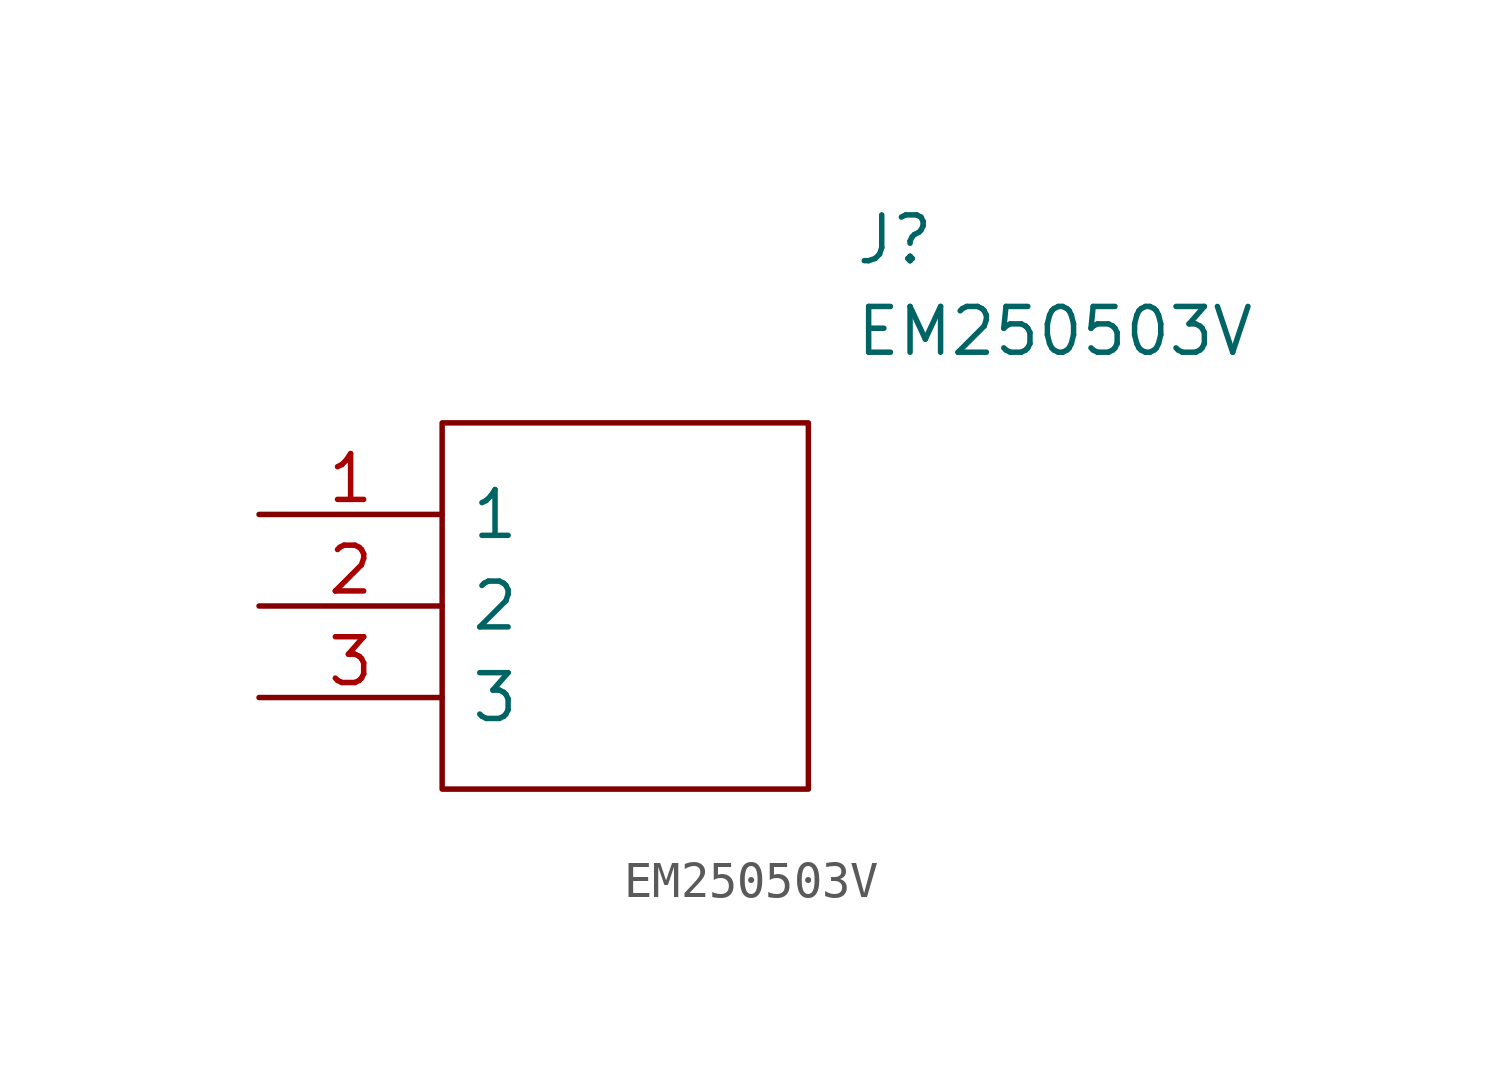
<source format=kicad_sym>
(kicad_symbol_lib
  (version 20211014)
  (generator kicad_symbol_editor)
  (symbol "EM250503V"
    (pin_names
      (offset 0.762))
    (property "Reference" "J"
      (at 16.51 7.62 0)
      (effects (font (size 1.27 1.27)) (justify left)))
    (property "Value" "EM250503V"
      (at 16.51 5.08 0)
      (effects (font (size 1.27 1.27)) (justify left)))
    (symbol "EM250503V_0_0"
      (pin passive line (at 0 0 0) (length 5.08) (name "1" (effects (font (size 1.27 1.27)))) (number "1" (effects (font (size 1.27 1.27)))))
      (pin passive line (at 0 -2.54 0) (length 5.08) (name "2" (effects (font (size 1.27 1.27)))) (number "2" (effects (font (size 1.27 1.27)))))
      (pin passive line (at 0 -5.08 0) (length 5.08) (name "3" (effects (font (size 1.27 1.27)))) (number "3" (effects (font (size 1.27 1.27))))))
    (symbol "EM250503V_0_1"
      (polyline (pts (xy 5.08 2.54) (xy 15.24 2.54) (xy 15.24 -7.62) (xy 5.08 -7.62) (xy 5.08 2.54)) (stroke (width 0.152) (type default) (color 0 0 0 0)) (fill (type none))))))
</source>
